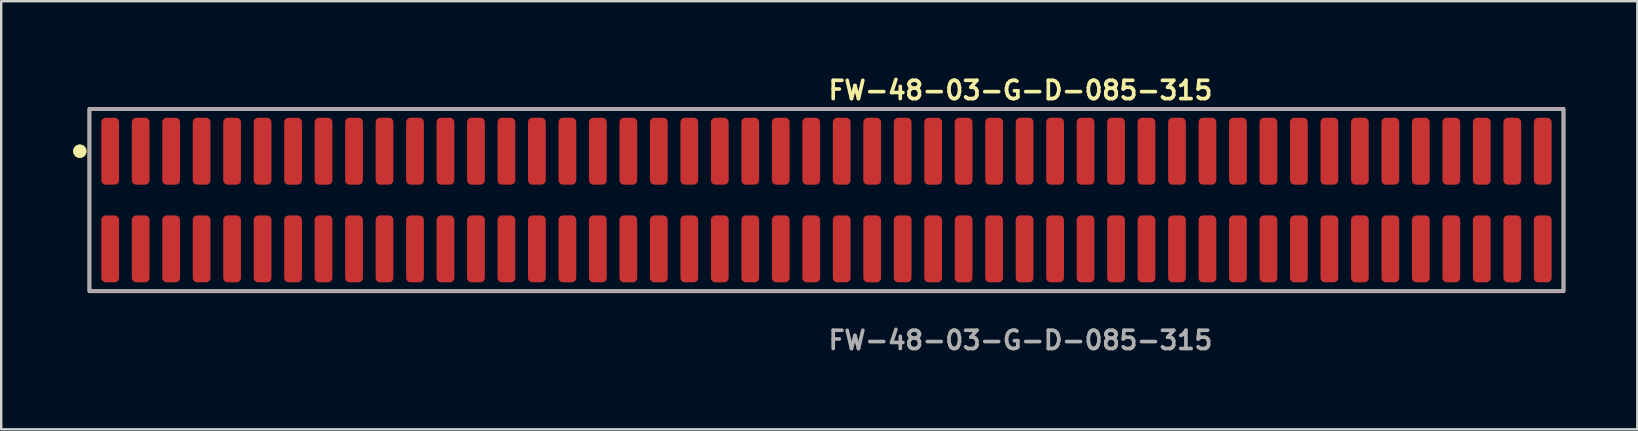
<source format=kicad_pcb>
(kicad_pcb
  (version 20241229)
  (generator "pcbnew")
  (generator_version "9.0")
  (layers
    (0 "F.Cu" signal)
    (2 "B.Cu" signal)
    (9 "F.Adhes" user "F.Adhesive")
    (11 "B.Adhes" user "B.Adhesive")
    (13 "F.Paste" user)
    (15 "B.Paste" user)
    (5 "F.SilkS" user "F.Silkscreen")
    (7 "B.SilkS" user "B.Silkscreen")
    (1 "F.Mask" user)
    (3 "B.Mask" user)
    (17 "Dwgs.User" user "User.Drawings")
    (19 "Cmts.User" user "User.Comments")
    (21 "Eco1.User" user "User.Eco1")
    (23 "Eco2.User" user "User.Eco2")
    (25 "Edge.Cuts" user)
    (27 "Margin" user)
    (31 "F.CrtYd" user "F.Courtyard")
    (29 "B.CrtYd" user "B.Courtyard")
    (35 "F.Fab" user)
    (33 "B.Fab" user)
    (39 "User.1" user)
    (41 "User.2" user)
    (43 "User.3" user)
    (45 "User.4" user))
  (footprint "FW-48-03-G-D-085-315"
    (layer "F.Cu")
    (at 31.386 5.285)
    (property "Reference" "FW-48-03-G-D-085-315" (at 0 -4.572 0) (unlocked yes) (layer "F.SilkS") (effects (font (size 0.762 0.762) (thickness 0.152)) (justify left)))
    (fp_rect (start -30.71 3.8) (end 30.71 -3.8) (stroke (width 0.152) (type solid)) (fill no) (layer "F.SilkS"))
    (fp_circle (center -31.11 -2.035) (end -31.31 -2.035) (stroke (width 0.152) (type solid)) (fill yes) (layer "F.SilkS"))
    (fp_circle (center -31.11 -2.035) (end -31.31 -2.035) (stroke (width 0.152) (type solid)) (fill yes) (layer "F.SilkS"))
    (fp_rect (start -30.71 3.8) (end 30.71 -3.8) (stroke (width 0.006) (type solid)) (fill no) (layer "F.CrtYd"))
    (fp_rect (start -30.71 3.8) (end 30.71 -3.8) (stroke (width 0.152) (type solid)) (fill no) (layer "F.Fab"))
    (fp_text user "${REFERENCE}" (at 0 5.842 0) (unlocked yes) (layer "F.Fab") (effects (font (size 0.762 0.762) (thickness 0.152)) (justify left)))
    (pad "1" smd roundrect (at -29.845 -2.035) (size 0.74 2.79) (layers "F.Cu" "F.Paste") (roundrect_rratio 0.25))
    (pad "2" smd roundrect (at -29.845 2.035) (size 0.74 2.79) (layers "F.Cu" "F.Paste") (roundrect_rratio 0.25))
    (pad "3" smd roundrect (at -28.575 -2.035) (size 0.74 2.79) (layers "F.Cu" "F.Paste") (roundrect_rratio 0.25))
    (pad "4" smd roundrect (at -28.575 2.035) (size 0.74 2.79) (layers "F.Cu" "F.Paste") (roundrect_rratio 0.25))
    (pad "5" smd roundrect (at -27.305 -2.035) (size 0.74 2.79) (layers "F.Cu" "F.Paste") (roundrect_rratio 0.25))
    (pad "6" smd roundrect (at -27.305 2.035) (size 0.74 2.79) (layers "F.Cu" "F.Paste") (roundrect_rratio 0.25))
    (pad "7" smd roundrect (at -26.035 -2.035) (size 0.74 2.79) (layers "F.Cu" "F.Paste") (roundrect_rratio 0.25))
    (pad "8" smd roundrect (at -26.035 2.035) (size 0.74 2.79) (layers "F.Cu" "F.Paste") (roundrect_rratio 0.25))
    (pad "9" smd roundrect (at -24.765 -2.035) (size 0.74 2.79) (layers "F.Cu" "F.Paste") (roundrect_rratio 0.25))
    (pad "10" smd roundrect (at -24.765 2.035) (size 0.74 2.79) (layers "F.Cu" "F.Paste") (roundrect_rratio 0.25))
    (pad "11" smd roundrect (at -23.495 -2.035) (size 0.74 2.79) (layers "F.Cu" "F.Paste") (roundrect_rratio 0.25))
    (pad "12" smd roundrect (at -23.495 2.035) (size 0.74 2.79) (layers "F.Cu" "F.Paste") (roundrect_rratio 0.25))
    (pad "13" smd roundrect (at -22.225 -2.035) (size 0.74 2.79) (layers "F.Cu" "F.Paste") (roundrect_rratio 0.25))
    (pad "14" smd roundrect (at -22.225 2.035) (size 0.74 2.79) (layers "F.Cu" "F.Paste") (roundrect_rratio 0.25))
    (pad "15" smd roundrect (at -20.955 -2.035) (size 0.74 2.79) (layers "F.Cu" "F.Paste") (roundrect_rratio 0.25))
    (pad "16" smd roundrect (at -20.955 2.035) (size 0.74 2.79) (layers "F.Cu" "F.Paste") (roundrect_rratio 0.25))
    (pad "17" smd roundrect (at -19.685 -2.035) (size 0.74 2.79) (layers "F.Cu" "F.Paste") (roundrect_rratio 0.25))
    (pad "18" smd roundrect (at -19.685 2.035) (size 0.74 2.79) (layers "F.Cu" "F.Paste") (roundrect_rratio 0.25))
    (pad "19" smd roundrect (at -18.415 -2.035) (size 0.74 2.79) (layers "F.Cu" "F.Paste") (roundrect_rratio 0.25))
    (pad "20" smd roundrect (at -18.415 2.035) (size 0.74 2.79) (layers "F.Cu" "F.Paste") (roundrect_rratio 0.25))
    (pad "21" smd roundrect (at -17.145 -2.035) (size 0.74 2.79) (layers "F.Cu" "F.Paste") (roundrect_rratio 0.25))
    (pad "22" smd roundrect (at -17.145 2.035) (size 0.74 2.79) (layers "F.Cu" "F.Paste") (roundrect_rratio 0.25))
    (pad "23" smd roundrect (at -15.875 -2.035) (size 0.74 2.79) (layers "F.Cu" "F.Paste") (roundrect_rratio 0.25))
    (pad "24" smd roundrect (at -15.875 2.035) (size 0.74 2.79) (layers "F.Cu" "F.Paste") (roundrect_rratio 0.25))
    (pad "25" smd roundrect (at -14.605 -2.035) (size 0.74 2.79) (layers "F.Cu" "F.Paste") (roundrect_rratio 0.25))
    (pad "26" smd roundrect (at -14.605 2.035) (size 0.74 2.79) (layers "F.Cu" "F.Paste") (roundrect_rratio 0.25))
    (pad "27" smd roundrect (at -13.335 -2.035) (size 0.74 2.79) (layers "F.Cu" "F.Paste") (roundrect_rratio 0.25))
    (pad "28" smd roundrect (at -13.335 2.035) (size 0.74 2.79) (layers "F.Cu" "F.Paste") (roundrect_rratio 0.25))
    (pad "29" smd roundrect (at -12.065 -2.035) (size 0.74 2.79) (layers "F.Cu" "F.Paste") (roundrect_rratio 0.25))
    (pad "30" smd roundrect (at -12.065 2.035) (size 0.74 2.79) (layers "F.Cu" "F.Paste") (roundrect_rratio 0.25))
    (pad "31" smd roundrect (at -10.795 -2.035) (size 0.74 2.79) (layers "F.Cu" "F.Paste") (roundrect_rratio 0.25))
    (pad "32" smd roundrect (at -10.795 2.035) (size 0.74 2.79) (layers "F.Cu" "F.Paste") (roundrect_rratio 0.25))
    (pad "33" smd roundrect (at -9.525 -2.035) (size 0.74 2.79) (layers "F.Cu" "F.Paste") (roundrect_rratio 0.25))
    (pad "34" smd roundrect (at -9.525 2.035) (size 0.74 2.79) (layers "F.Cu" "F.Paste") (roundrect_rratio 0.25))
    (pad "35" smd roundrect (at -8.255 -2.035) (size 0.74 2.79) (layers "F.Cu" "F.Paste") (roundrect_rratio 0.25))
    (pad "36" smd roundrect (at -8.255 2.035) (size 0.74 2.79) (layers "F.Cu" "F.Paste") (roundrect_rratio 0.25))
    (pad "37" smd roundrect (at -6.985 -2.035) (size 0.74 2.79) (layers "F.Cu" "F.Paste") (roundrect_rratio 0.25))
    (pad "38" smd roundrect (at -6.985 2.035) (size 0.74 2.79) (layers "F.Cu" "F.Paste") (roundrect_rratio 0.25))
    (pad "39" smd roundrect (at -5.715 -2.035) (size 0.74 2.79) (layers "F.Cu" "F.Paste") (roundrect_rratio 0.25))
    (pad "40" smd roundrect (at -5.715 2.035) (size 0.74 2.79) (layers "F.Cu" "F.Paste") (roundrect_rratio 0.25))
    (pad "41" smd roundrect (at -4.445 -2.035) (size 0.74 2.79) (layers "F.Cu" "F.Paste") (roundrect_rratio 0.25))
    (pad "42" smd roundrect (at -4.445 2.035) (size 0.74 2.79) (layers "F.Cu" "F.Paste") (roundrect_rratio 0.25))
    (pad "43" smd roundrect (at -3.175 -2.035) (size 0.74 2.79) (layers "F.Cu" "F.Paste") (roundrect_rratio 0.25))
    (pad "44" smd roundrect (at -3.175 2.035) (size 0.74 2.79) (layers "F.Cu" "F.Paste") (roundrect_rratio 0.25))
    (pad "45" smd roundrect (at -1.905 -2.035) (size 0.74 2.79) (layers "F.Cu" "F.Paste") (roundrect_rratio 0.25))
    (pad "46" smd roundrect (at -1.905 2.035) (size 0.74 2.79) (layers "F.Cu" "F.Paste") (roundrect_rratio 0.25))
    (pad "47" smd roundrect (at -0.635 -2.035) (size 0.74 2.79) (layers "F.Cu" "F.Paste") (roundrect_rratio 0.25))
    (pad "48" smd roundrect (at -0.635 2.035) (size 0.74 2.79) (layers "F.Cu" "F.Paste") (roundrect_rratio 0.25))
    (pad "49" smd roundrect (at 0.635 -2.035) (size 0.74 2.79) (layers "F.Cu" "F.Paste") (roundrect_rratio 0.25))
    (pad "50" smd roundrect (at 0.635 2.035) (size 0.74 2.79) (layers "F.Cu" "F.Paste") (roundrect_rratio 0.25))
    (pad "51" smd roundrect (at 1.905 -2.035) (size 0.74 2.79) (layers "F.Cu" "F.Paste") (roundrect_rratio 0.25))
    (pad "52" smd roundrect (at 1.905 2.035) (size 0.74 2.79) (layers "F.Cu" "F.Paste") (roundrect_rratio 0.25))
    (pad "53" smd roundrect (at 3.175 -2.035) (size 0.74 2.79) (layers "F.Cu" "F.Paste") (roundrect_rratio 0.25))
    (pad "54" smd roundrect (at 3.175 2.035) (size 0.74 2.79) (layers "F.Cu" "F.Paste") (roundrect_rratio 0.25))
    (pad "55" smd roundrect (at 4.445 -2.035) (size 0.74 2.79) (layers "F.Cu" "F.Paste") (roundrect_rratio 0.25))
    (pad "56" smd roundrect (at 4.445 2.035) (size 0.74 2.79) (layers "F.Cu" "F.Paste") (roundrect_rratio 0.25))
    (pad "57" smd roundrect (at 5.715 -2.035) (size 0.74 2.79) (layers "F.Cu" "F.Paste") (roundrect_rratio 0.25))
    (pad "58" smd roundrect (at 5.715 2.035) (size 0.74 2.79) (layers "F.Cu" "F.Paste") (roundrect_rratio 0.25))
    (pad "59" smd roundrect (at 6.985 -2.035) (size 0.74 2.79) (layers "F.Cu" "F.Paste") (roundrect_rratio 0.25))
    (pad "60" smd roundrect (at 6.985 2.035) (size 0.74 2.79) (layers "F.Cu" "F.Paste") (roundrect_rratio 0.25))
    (pad "61" smd roundrect (at 8.255 -2.035) (size 0.74 2.79) (layers "F.Cu" "F.Paste") (roundrect_rratio 0.25))
    (pad "62" smd roundrect (at 8.255 2.035) (size 0.74 2.79) (layers "F.Cu" "F.Paste") (roundrect_rratio 0.25))
    (pad "63" smd roundrect (at 9.525 -2.035) (size 0.74 2.79) (layers "F.Cu" "F.Paste") (roundrect_rratio 0.25))
    (pad "64" smd roundrect (at 9.525 2.035) (size 0.74 2.79) (layers "F.Cu" "F.Paste") (roundrect_rratio 0.25))
    (pad "65" smd roundrect (at 10.795 -2.035) (size 0.74 2.79) (layers "F.Cu" "F.Paste") (roundrect_rratio 0.25))
    (pad "66" smd roundrect (at 10.795 2.035) (size 0.74 2.79) (layers "F.Cu" "F.Paste") (roundrect_rratio 0.25))
    (pad "67" smd roundrect (at 12.065 -2.035) (size 0.74 2.79) (layers "F.Cu" "F.Paste") (roundrect_rratio 0.25))
    (pad "68" smd roundrect (at 12.065 2.035) (size 0.74 2.79) (layers "F.Cu" "F.Paste") (roundrect_rratio 0.25))
    (pad "69" smd roundrect (at 13.335 -2.035) (size 0.74 2.79) (layers "F.Cu" "F.Paste") (roundrect_rratio 0.25))
    (pad "70" smd roundrect (at 13.335 2.035) (size 0.74 2.79) (layers "F.Cu" "F.Paste") (roundrect_rratio 0.25))
    (pad "71" smd roundrect (at 14.605 -2.035) (size 0.74 2.79) (layers "F.Cu" "F.Paste") (roundrect_rratio 0.25))
    (pad "72" smd roundrect (at 14.605 2.035) (size 0.74 2.79) (layers "F.Cu" "F.Paste") (roundrect_rratio 0.25))
    (pad "73" smd roundrect (at 15.875 -2.035) (size 0.74 2.79) (layers "F.Cu" "F.Paste") (roundrect_rratio 0.25))
    (pad "74" smd roundrect (at 15.875 2.035) (size 0.74 2.79) (layers "F.Cu" "F.Paste") (roundrect_rratio 0.25))
    (pad "75" smd roundrect (at 17.145 -2.035) (size 0.74 2.79) (layers "F.Cu" "F.Paste") (roundrect_rratio 0.25))
    (pad "76" smd roundrect (at 17.145 2.035) (size 0.74 2.79) (layers "F.Cu" "F.Paste") (roundrect_rratio 0.25))
    (pad "77" smd roundrect (at 18.415 -2.035) (size 0.74 2.79) (layers "F.Cu" "F.Paste") (roundrect_rratio 0.25))
    (pad "78" smd roundrect (at 18.415 2.035) (size 0.74 2.79) (layers "F.Cu" "F.Paste") (roundrect_rratio 0.25))
    (pad "79" smd roundrect (at 19.685 -2.035) (size 0.74 2.79) (layers "F.Cu" "F.Paste") (roundrect_rratio 0.25))
    (pad "80" smd roundrect (at 19.685 2.035) (size 0.74 2.79) (layers "F.Cu" "F.Paste") (roundrect_rratio 0.25))
    (pad "81" smd roundrect (at 20.955 -2.035) (size 0.74 2.79) (layers "F.Cu" "F.Paste") (roundrect_rratio 0.25))
    (pad "82" smd roundrect (at 20.955 2.035) (size 0.74 2.79) (layers "F.Cu" "F.Paste") (roundrect_rratio 0.25))
    (pad "83" smd roundrect (at 22.225 -2.035) (size 0.74 2.79) (layers "F.Cu" "F.Paste") (roundrect_rratio 0.25))
    (pad "84" smd roundrect (at 22.225 2.035) (size 0.74 2.79) (layers "F.Cu" "F.Paste") (roundrect_rratio 0.25))
    (pad "85" smd roundrect (at 23.495 -2.035) (size 0.74 2.79) (layers "F.Cu" "F.Paste") (roundrect_rratio 0.25))
    (pad "86" smd roundrect (at 23.495 2.035) (size 0.74 2.79) (layers "F.Cu" "F.Paste") (roundrect_rratio 0.25))
    (pad "87" smd roundrect (at 24.765 -2.035) (size 0.74 2.79) (layers "F.Cu" "F.Paste") (roundrect_rratio 0.25))
    (pad "88" smd roundrect (at 24.765 2.035) (size 0.74 2.79) (layers "F.Cu" "F.Paste") (roundrect_rratio 0.25))
    (pad "89" smd roundrect (at 26.035 -2.035) (size 0.74 2.79) (layers "F.Cu" "F.Paste") (roundrect_rratio 0.25))
    (pad "90" smd roundrect (at 26.035 2.035) (size 0.74 2.79) (layers "F.Cu" "F.Paste") (roundrect_rratio 0.25))
    (pad "91" smd roundrect (at 27.305 -2.035) (size 0.74 2.79) (layers "F.Cu" "F.Paste") (roundrect_rratio 0.25))
    (pad "92" smd roundrect (at 27.305 2.035) (size 0.74 2.79) (layers "F.Cu" "F.Paste") (roundrect_rratio 0.25))
    (pad "93" smd roundrect (at 28.575 -2.035) (size 0.74 2.79) (layers "F.Cu" "F.Paste") (roundrect_rratio 0.25))
    (pad "94" smd roundrect (at 28.575 2.035) (size 0.74 2.79) (layers "F.Cu" "F.Paste") (roundrect_rratio 0.25))
    (pad "95" smd roundrect (at 29.845 -2.035) (size 0.74 2.79) (layers "F.Cu" "F.Paste") (roundrect_rratio 0.25))
    (pad "96" smd roundrect (at 29.845 2.035) (size 0.74 2.79) (layers "F.Cu" "F.Paste") (roundrect_rratio 0.25)))
  (gr_rect
    (start -3 -3)
    (end 65.172 14.84)
    (stroke (width 0.1) (type default))
    (fill no)
    (layer "Edge.Cuts")))
</source>
